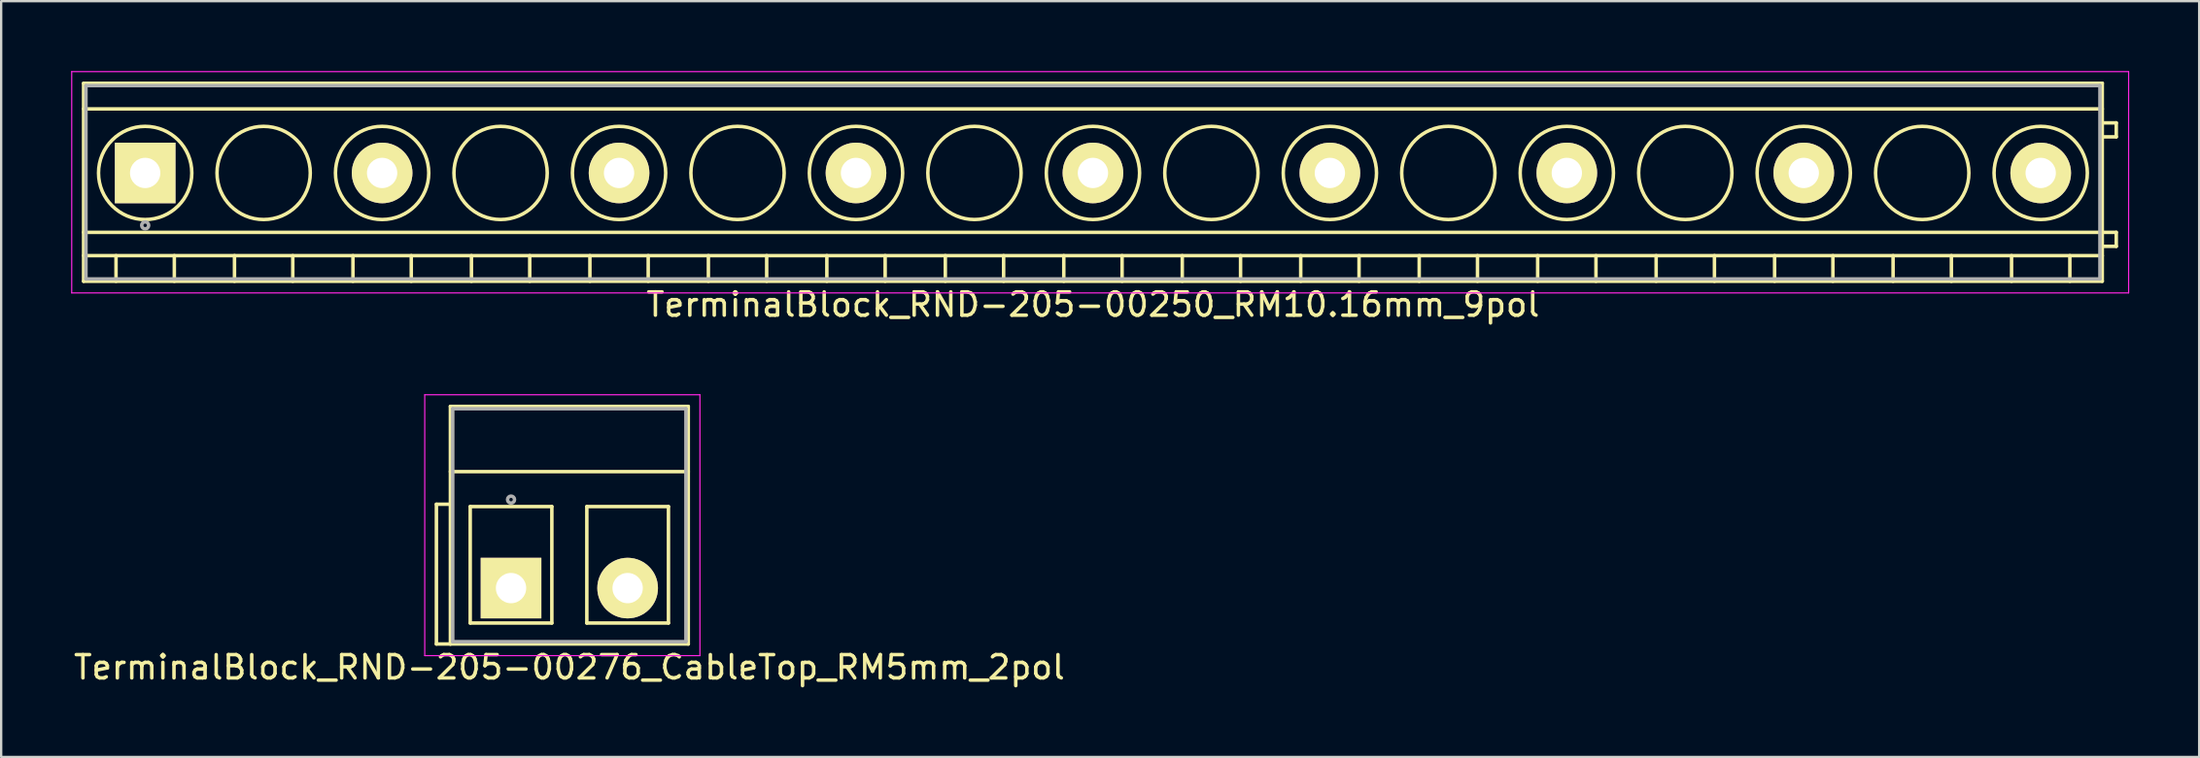
<source format=kicad_pcb>
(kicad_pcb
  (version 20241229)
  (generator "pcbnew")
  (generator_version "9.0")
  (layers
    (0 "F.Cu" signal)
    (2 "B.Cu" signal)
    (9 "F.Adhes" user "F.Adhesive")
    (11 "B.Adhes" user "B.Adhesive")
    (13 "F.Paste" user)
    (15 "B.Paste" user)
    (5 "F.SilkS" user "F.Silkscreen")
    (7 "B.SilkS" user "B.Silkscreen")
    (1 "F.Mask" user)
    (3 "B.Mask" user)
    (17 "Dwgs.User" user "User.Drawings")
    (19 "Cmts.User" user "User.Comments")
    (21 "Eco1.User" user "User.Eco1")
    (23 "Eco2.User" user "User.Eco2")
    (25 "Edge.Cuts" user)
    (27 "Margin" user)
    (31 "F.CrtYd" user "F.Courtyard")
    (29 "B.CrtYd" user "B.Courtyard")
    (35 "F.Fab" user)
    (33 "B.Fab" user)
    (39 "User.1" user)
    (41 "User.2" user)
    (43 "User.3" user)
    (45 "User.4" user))
  (footprint "TerminalBlock_RND-205-00250_RM10.16mm_9pol"
    (layer "F.Cu")
    (at 3.175 4.375)
    (property "Reference" "TerminalBlock_RND-205-00250_RM10.16mm_9pol" (at 40.64 5.65 0) (layer "F.SilkS") (effects (font (size 1 1) (thickness 0.15))))
    (attr through_hole)
    (fp_line (start -2.64 -3.85) (end 83.92 -3.85) (stroke (width 0.15) (type solid)) (layer "F.SilkS"))
    (fp_line (start -2.64 -2.75) (end 83.92 -2.75) (stroke (width 0.15) (type solid)) (layer "F.SilkS"))
    (fp_line (start -2.64 2.55) (end 83.92 2.55) (stroke (width 0.15) (type solid)) (layer "F.SilkS"))
    (fp_line (start -2.64 3.55) (end 83.92 3.55) (stroke (width 0.15) (type solid)) (layer "F.SilkS"))
    (fp_line (start -2.64 4.65) (end -2.64 -3.85) (stroke (width 0.15) (type solid)) (layer "F.SilkS"))
    (fp_line (start -1.25 3.55) (end -1.25 4.65) (stroke (width 0.15) (type solid)) (layer "F.SilkS"))
    (fp_line (start 1.25 3.55) (end 1.25 4.65) (stroke (width 0.15) (type solid)) (layer "F.SilkS"))
    (fp_line (start 3.83 3.55) (end 3.83 4.65) (stroke (width 0.15) (type solid)) (layer "F.SilkS"))
    (fp_line (start 6.33 3.55) (end 6.33 4.65) (stroke (width 0.15) (type solid)) (layer "F.SilkS"))
    (fp_line (start 8.91 3.55) (end 8.91 4.65) (stroke (width 0.15) (type solid)) (layer "F.SilkS"))
    (fp_line (start 11.41 3.55) (end 11.41 4.65) (stroke (width 0.15) (type solid)) (layer "F.SilkS"))
    (fp_line (start 13.99 3.55) (end 13.99 4.65) (stroke (width 0.15) (type solid)) (layer "F.SilkS"))
    (fp_line (start 16.49 3.55) (end 16.49 4.65) (stroke (width 0.15) (type solid)) (layer "F.SilkS"))
    (fp_line (start 19.07 3.55) (end 19.07 4.65) (stroke (width 0.15) (type solid)) (layer "F.SilkS"))
    (fp_line (start 21.57 3.55) (end 21.57 4.65) (stroke (width 0.15) (type solid)) (layer "F.SilkS"))
    (fp_line (start 24.15 3.55) (end 24.15 4.65) (stroke (width 0.15) (type solid)) (layer "F.SilkS"))
    (fp_line (start 26.65 3.55) (end 26.65 4.65) (stroke (width 0.15) (type solid)) (layer "F.SilkS"))
    (fp_line (start 29.23 3.55) (end 29.23 4.65) (stroke (width 0.15) (type solid)) (layer "F.SilkS"))
    (fp_line (start 31.73 3.55) (end 31.73 4.65) (stroke (width 0.15) (type solid)) (layer "F.SilkS"))
    (fp_line (start 34.31 3.55) (end 34.31 4.65) (stroke (width 0.15) (type solid)) (layer "F.SilkS"))
    (fp_line (start 36.81 3.55) (end 36.81 4.65) (stroke (width 0.15) (type solid)) (layer "F.SilkS"))
    (fp_line (start 39.39 3.55) (end 39.39 4.65) (stroke (width 0.15) (type solid)) (layer "F.SilkS"))
    (fp_line (start 41.89 3.55) (end 41.89 4.65) (stroke (width 0.15) (type solid)) (layer "F.SilkS"))
    (fp_line (start 44.47 3.55) (end 44.47 4.65) (stroke (width 0.15) (type solid)) (layer "F.SilkS"))
    (fp_line (start 46.97 3.55) (end 46.97 4.65) (stroke (width 0.15) (type solid)) (layer "F.SilkS"))
    (fp_line (start 49.55 3.55) (end 49.55 4.65) (stroke (width 0.15) (type solid)) (layer "F.SilkS"))
    (fp_line (start 52.05 3.55) (end 52.05 4.65) (stroke (width 0.15) (type solid)) (layer "F.SilkS"))
    (fp_line (start 54.63 3.55) (end 54.63 4.65) (stroke (width 0.15) (type solid)) (layer "F.SilkS"))
    (fp_line (start 57.13 3.55) (end 57.13 4.65) (stroke (width 0.15) (type solid)) (layer "F.SilkS"))
    (fp_line (start 59.71 3.55) (end 59.71 4.65) (stroke (width 0.15) (type solid)) (layer "F.SilkS"))
    (fp_line (start 62.21 3.55) (end 62.21 4.65) (stroke (width 0.15) (type solid)) (layer "F.SilkS"))
    (fp_line (start 64.79 3.55) (end 64.79 4.65) (stroke (width 0.15) (type solid)) (layer "F.SilkS"))
    (fp_line (start 67.29 3.55) (end 67.29 4.65) (stroke (width 0.15) (type solid)) (layer "F.SilkS"))
    (fp_line (start 69.87 3.55) (end 69.87 4.65) (stroke (width 0.15) (type solid)) (layer "F.SilkS"))
    (fp_line (start 72.37 3.55) (end 72.37 4.65) (stroke (width 0.15) (type solid)) (layer "F.SilkS"))
    (fp_line (start 74.95 3.55) (end 74.95 4.65) (stroke (width 0.15) (type solid)) (layer "F.SilkS"))
    (fp_line (start 77.45 3.55) (end 77.45 4.65) (stroke (width 0.15) (type solid)) (layer "F.SilkS"))
    (fp_line (start 80.03 3.55) (end 80.03 4.65) (stroke (width 0.15) (type solid)) (layer "F.SilkS"))
    (fp_line (start 82.53 3.55) (end 82.53 4.65) (stroke (width 0.15) (type solid)) (layer "F.SilkS"))
    (fp_line (start 83.92 -3.85) (end 83.92 4.65) (stroke (width 0.15) (type solid)) (layer "F.SilkS"))
    (fp_line (start 83.92 -2.15) (end 84.52 -2.15) (stroke (width 0.15) (type solid)) (layer "F.SilkS"))
    (fp_line (start 83.92 2.55) (end 84.52 2.55) (stroke (width 0.15) (type solid)) (layer "F.SilkS"))
    (fp_line (start 83.92 4.65) (end -2.64 4.65) (stroke (width 0.15) (type solid)) (layer "F.SilkS"))
    (fp_line (start 84.52 -2.15) (end 84.52 -1.55) (stroke (width 0.15) (type solid)) (layer "F.SilkS"))
    (fp_line (start 84.52 -1.55) (end 83.92 -1.55) (stroke (width 0.15) (type solid)) (layer "F.SilkS"))
    (fp_line (start 84.52 2.55) (end 84.52 3.15) (stroke (width 0.15) (type solid)) (layer "F.SilkS"))
    (fp_line (start 84.52 3.15) (end 83.92 3.15) (stroke (width 0.15) (type solid)) (layer "F.SilkS"))
    (fp_circle (center 0 0) (end -2 0) (stroke (width 0.15) (type solid)) (fill no) (layer "F.SilkS"))
    (fp_circle (center 5.08 0) (end 3.08 0) (stroke (width 0.15) (type solid)) (fill no) (layer "F.SilkS"))
    (fp_circle (center 10.16 0) (end 8.16 0) (stroke (width 0.15) (type solid)) (fill no) (layer "F.SilkS"))
    (fp_circle (center 15.24 0) (end 13.24 0) (stroke (width 0.15) (type solid)) (fill no) (layer "F.SilkS"))
    (fp_circle (center 20.32 0) (end 18.32 0) (stroke (width 0.15) (type solid)) (fill no) (layer "F.SilkS"))
    (fp_circle (center 25.4 0) (end 23.4 0) (stroke (width 0.15) (type solid)) (fill no) (layer "F.SilkS"))
    (fp_circle (center 30.48 0) (end 28.48 0) (stroke (width 0.15) (type solid)) (fill no) (layer "F.SilkS"))
    (fp_circle (center 35.56 0) (end 33.56 0) (stroke (width 0.15) (type solid)) (fill no) (layer "F.SilkS"))
    (fp_circle (center 40.64 0) (end 38.64 0) (stroke (width 0.15) (type solid)) (fill no) (layer "F.SilkS"))
    (fp_circle (center 45.72 0) (end 43.72 0) (stroke (width 0.15) (type solid)) (fill no) (layer "F.SilkS"))
    (fp_circle (center 50.8 0) (end 48.8 0) (stroke (width 0.15) (type solid)) (fill no) (layer "F.SilkS"))
    (fp_circle (center 55.88 0) (end 53.88 0) (stroke (width 0.15) (type solid)) (fill no) (layer "F.SilkS"))
    (fp_circle (center 60.96 0) (end 58.96 0) (stroke (width 0.15) (type solid)) (fill no) (layer "F.SilkS"))
    (fp_circle (center 66.04 0) (end 64.04 0) (stroke (width 0.15) (type solid)) (fill no) (layer "F.SilkS"))
    (fp_circle (center 71.12 0) (end 69.12 0) (stroke (width 0.15) (type solid)) (fill no) (layer "F.SilkS"))
    (fp_circle (center 76.2 0) (end 74.2 0) (stroke (width 0.15) (type solid)) (fill no) (layer "F.SilkS"))
    (fp_circle (center 81.28 0) (end 79.28 0) (stroke (width 0.15) (type solid)) (fill no) (layer "F.SilkS"))
    (fp_line (start -3.15 -4.35) (end 85.05 -4.35) (stroke (width 0.05) (type solid)) (layer "F.CrtYd"))
    (fp_line (start -3.15 5.15) (end -3.15 -4.35) (stroke (width 0.05) (type solid)) (layer "F.CrtYd"))
    (fp_line (start 85.05 -4.35) (end 85.05 5.15) (stroke (width 0.05) (type solid)) (layer "F.CrtYd"))
    (fp_line (start 85.05 5.15) (end -3.15 5.15) (stroke (width 0.05) (type solid)) (layer "F.CrtYd"))
    (fp_line (start -2.54 -3.75) (end 83.82 -3.75) (stroke (width 0.15) (type solid)) (layer "F.Fab"))
    (fp_line (start -2.54 4.55) (end -2.54 -3.75) (stroke (width 0.15) (type solid)) (layer "F.Fab"))
    (fp_line (start 83.82 -3.75) (end 83.82 4.55) (stroke (width 0.15) (type solid)) (layer "F.Fab"))
    (fp_line (start 83.82 4.55) (end -2.54 4.55) (stroke (width 0.15) (type solid)) (layer "F.Fab"))
    (fp_circle (center 0 2.25) (end -0.15 2.25) (stroke (width 0.15) (type solid)) (fill no) (layer "F.Fab"))
    (pad "1" thru_hole rect (at 0 0) (size 2.6 2.6) (drill 1.3) (layers "*.Cu" "*.Mask" "F.SilkS"))
    (pad "2" thru_hole circle (at 10.16 0) (size 2.6 2.6) (drill 1.3) (layers "*.Cu" "*.Mask" "F.SilkS"))
    (pad "3" thru_hole circle (at 20.32 0) (size 2.6 2.6) (drill 1.3) (layers "*.Cu" "*.Mask" "F.SilkS"))
    (pad "4" thru_hole circle (at 30.48 0) (size 2.6 2.6) (drill 1.3) (layers "*.Cu" "*.Mask" "F.SilkS"))
    (pad "5" thru_hole circle (at 40.64 0) (size 2.6 2.6) (drill 1.3) (layers "*.Cu" "*.Mask" "F.SilkS"))
    (pad "6" thru_hole circle (at 50.8 0) (size 2.6 2.6) (drill 1.3) (layers "*.Cu" "*.Mask" "F.SilkS"))
    (pad "7" thru_hole circle (at 60.96 0) (size 2.6 2.6) (drill 1.3) (layers "*.Cu" "*.Mask" "F.SilkS"))
    (pad "8" thru_hole circle (at 71.12 0) (size 2.6 2.6) (drill 1.3) (layers "*.Cu" "*.Mask" "F.SilkS"))
    (pad "9" thru_hole circle (at 81.28 0) (size 2.6 2.6) (drill 1.3) (layers "*.Cu" "*.Mask" "F.SilkS")))
  (footprint "TerminalBlock_RND-205-00276_CableTop_RM5mm_2pol"
    (layer "F.Cu")
    (at 18.863 22.198)
    (property "Reference" "TerminalBlock_RND-205-00276_CableTop_RM5mm_2pol" (at 2.5 3.4 0) (layer "F.SilkS") (effects (font (size 1 1) (thickness 0.15))))
    (attr through_hole)
    (fp_line (start -3.2 -3.6) (end -2.6 -3.6) (stroke (width 0.15) (type solid)) (layer "F.SilkS"))
    (fp_line (start -3.2 2.4) (end -3.2 -3.6) (stroke (width 0.15) (type solid)) (layer "F.SilkS"))
    (fp_line (start -2.6 -7.8) (end 7.6 -7.8) (stroke (width 0.15) (type solid)) (layer "F.SilkS"))
    (fp_line (start -2.6 -5) (end 7.6 -5) (stroke (width 0.15) (type solid)) (layer "F.SilkS"))
    (fp_line (start -2.6 2.4) (end -3.2 2.4) (stroke (width 0.15) (type solid)) (layer "F.SilkS"))
    (fp_line (start -2.6 2.4) (end -2.6 -7.8) (stroke (width 0.15) (type solid)) (layer "F.SilkS"))
    (fp_line (start -1.75 -3.5) (end -1.75 1.5) (stroke (width 0.15) (type solid)) (layer "F.SilkS"))
    (fp_line (start -1.75 1.5) (end 1.75 1.5) (stroke (width 0.15) (type solid)) (layer "F.SilkS"))
    (fp_line (start 1.75 -3.5) (end -1.75 -3.5) (stroke (width 0.15) (type solid)) (layer "F.SilkS"))
    (fp_line (start 1.75 1.5) (end 1.75 -3.5) (stroke (width 0.15) (type solid)) (layer "F.SilkS"))
    (fp_line (start 3.25 -3.5) (end 3.25 1.5) (stroke (width 0.15) (type solid)) (layer "F.SilkS"))
    (fp_line (start 3.25 1.5) (end 6.75 1.5) (stroke (width 0.15) (type solid)) (layer "F.SilkS"))
    (fp_line (start 6.75 -3.5) (end 3.25 -3.5) (stroke (width 0.15) (type solid)) (layer "F.SilkS"))
    (fp_line (start 6.75 1.5) (end 6.75 -3.5) (stroke (width 0.15) (type solid)) (layer "F.SilkS"))
    (fp_line (start 7.6 -7.8) (end 7.6 2.4) (stroke (width 0.15) (type solid)) (layer "F.SilkS"))
    (fp_line (start 7.6 2.4) (end -2.6 2.4) (stroke (width 0.15) (type solid)) (layer "F.SilkS"))
    (fp_line (start -3.7 -8.3) (end 8.1 -8.3) (stroke (width 0.05) (type solid)) (layer "F.CrtYd"))
    (fp_line (start -3.7 2.9) (end -3.7 -8.3) (stroke (width 0.05) (type solid)) (layer "F.CrtYd"))
    (fp_line (start 8.1 -8.3) (end 8.1 2.9) (stroke (width 0.05) (type solid)) (layer "F.CrtYd"))
    (fp_line (start 8.1 2.9) (end -3.7 2.9) (stroke (width 0.05) (type solid)) (layer "F.CrtYd"))
    (fp_line (start -2.5 -7.7) (end 7.5 -7.7) (stroke (width 0.15) (type solid)) (layer "F.Fab"))
    (fp_line (start -2.5 2.3) (end -2.5 -7.7) (stroke (width 0.15) (type solid)) (layer "F.Fab"))
    (fp_line (start 7.5 -7.7) (end 7.5 2.3) (stroke (width 0.15) (type solid)) (layer "F.Fab"))
    (fp_line (start 7.5 2.3) (end -2.5 2.3) (stroke (width 0.15) (type solid)) (layer "F.Fab"))
    (fp_circle (center 0 -3.8) (end -0.15 -3.8) (stroke (width 0.15) (type solid)) (fill no) (layer "F.Fab"))
    (pad "1" thru_hole rect (at 0 0) (size 2.6 2.6) (drill 1.3) (layers "*.Cu" "*.Mask" "F.SilkS"))
    (pad "2" thru_hole circle (at 5 0) (size 2.6 2.6) (drill 1.3) (layers "*.Cu" "*.Mask" "F.SilkS")))
  (gr_rect
    (start -3 -3)
    (end 91.25 29.447)
    (stroke (width 0.1) (type default))
    (fill no)
    (layer "Edge.Cuts")))
</source>
